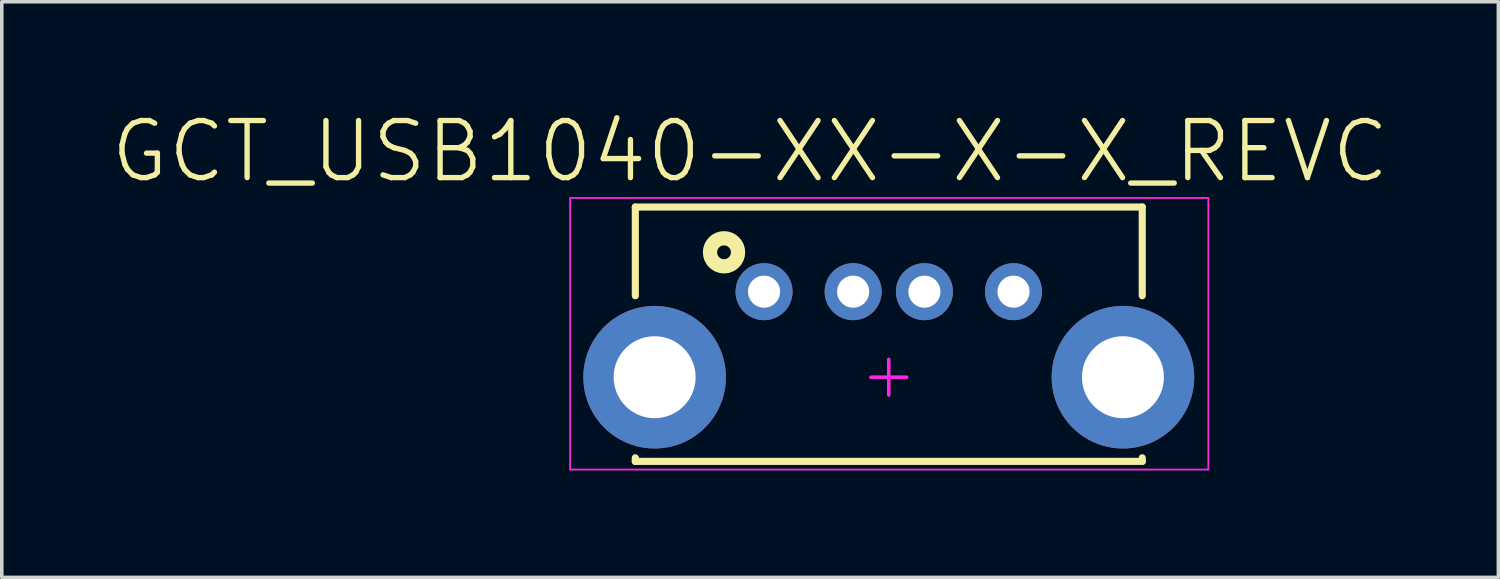
<source format=kicad_pcb>
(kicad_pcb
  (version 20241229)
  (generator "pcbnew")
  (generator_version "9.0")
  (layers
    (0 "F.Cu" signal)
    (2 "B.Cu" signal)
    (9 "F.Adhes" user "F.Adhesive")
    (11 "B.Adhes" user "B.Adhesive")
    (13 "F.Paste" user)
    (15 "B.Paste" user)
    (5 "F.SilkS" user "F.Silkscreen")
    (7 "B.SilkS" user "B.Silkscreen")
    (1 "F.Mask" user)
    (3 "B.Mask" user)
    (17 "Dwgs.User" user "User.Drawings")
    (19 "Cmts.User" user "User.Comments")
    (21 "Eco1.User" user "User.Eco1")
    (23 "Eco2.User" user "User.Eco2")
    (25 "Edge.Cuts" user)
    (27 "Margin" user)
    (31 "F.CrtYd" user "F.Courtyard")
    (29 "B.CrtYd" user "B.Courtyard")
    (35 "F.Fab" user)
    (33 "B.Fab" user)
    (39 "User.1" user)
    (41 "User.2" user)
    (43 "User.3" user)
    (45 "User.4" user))
  (footprint "GCT_USB1040-XX-X-X_REVC"
    (layer "F.Cu")
    (at 21.888 7.534)
    (property "Reference" "GCT_USB1040-XX-X-X_REVC" (at -3.892 -6.334 0) (layer "F.SilkS") (effects (font (size 1.602 1.602) (thickness 0.15))))
    (attr through_hole)
    (fp_line (start -7.112 -4.775) (end 7.112 -4.775) (stroke (width 0.2) (type solid)) (layer "F.SilkS"))
    (fp_line (start -7.112 -2.286) (end -7.112 -4.775) (stroke (width 0.2) (type solid)) (layer "F.SilkS"))
    (fp_line (start -7.112 2.362) (end -7.112 2.261) (stroke (width 0.2) (type solid)) (layer "F.SilkS"))
    (fp_line (start -7.112 2.362) (end 7.112 2.362) (stroke (width 0.2) (type solid)) (layer "F.SilkS"))
    (fp_line (start 7.112 -2.286) (end 7.112 -4.775) (stroke (width 0.2) (type solid)) (layer "F.SilkS"))
    (fp_line (start 7.112 2.362) (end 7.112 2.261) (stroke (width 0.2) (type solid)) (layer "F.SilkS"))
    (fp_circle (center -4.623 -3.505) (end -4.429 -3.505) (stroke (width 0.4) (type solid)) (fill no) (layer "F.SilkS"))
    (fp_line (start -8.941 -5.029) (end 8.966 -5.029) (stroke (width 0.05) (type solid)) (layer "F.CrtYd"))
    (fp_line (start -8.941 2.591) (end -8.941 -5.029) (stroke (width 0.05) (type solid)) (layer "F.CrtYd"))
    (fp_line (start -8.941 2.591) (end 8.966 2.591) (stroke (width 0.05) (type solid)) (layer "F.CrtYd"))
    (fp_line (start -0.5 0) (end 0.5 0) (stroke (width 0.1) (type solid)) (layer "F.CrtYd"))
    (fp_line (start 0 0.5) (end 0 -0.5) (stroke (width 0.1) (type solid)) (layer "F.CrtYd"))
    (fp_line (start 8.966 2.591) (end 8.966 -5.029) (stroke (width 0.05) (type solid)) (layer "F.CrtYd"))
    (pad "1" thru_hole circle (at -3.5 -2.4) (size 1.6 1.6) (drill 0.9) (layers "*.Cu" "*.Mask"))
    (pad "2" thru_hole circle (at -1 -2.4) (size 1.6 1.6) (drill 0.9) (layers "*.Cu" "*.Mask"))
    (pad "3" thru_hole circle (at 1 -2.4) (size 1.6 1.6) (drill 0.9) (layers "*.Cu" "*.Mask"))
    (pad "4" thru_hole circle (at 3.5 -2.4) (size 1.6 1.6) (drill 0.9) (layers "*.Cu" "*.Mask"))
    (pad "5" thru_hole circle (at -6.57 0) (size 4 4) (drill 2.3) (layers "*.Cu" "*.Mask"))
    (pad "6" thru_hole circle (at 6.57 0) (size 4 4) (drill 2.3) (layers "*.Cu" "*.Mask")))
  (gr_rect
    (start -3 -3)
    (end 38.992 13.15)
    (stroke (width 0.1) (type default))
    (fill no)
    (layer "Edge.Cuts")))
</source>
